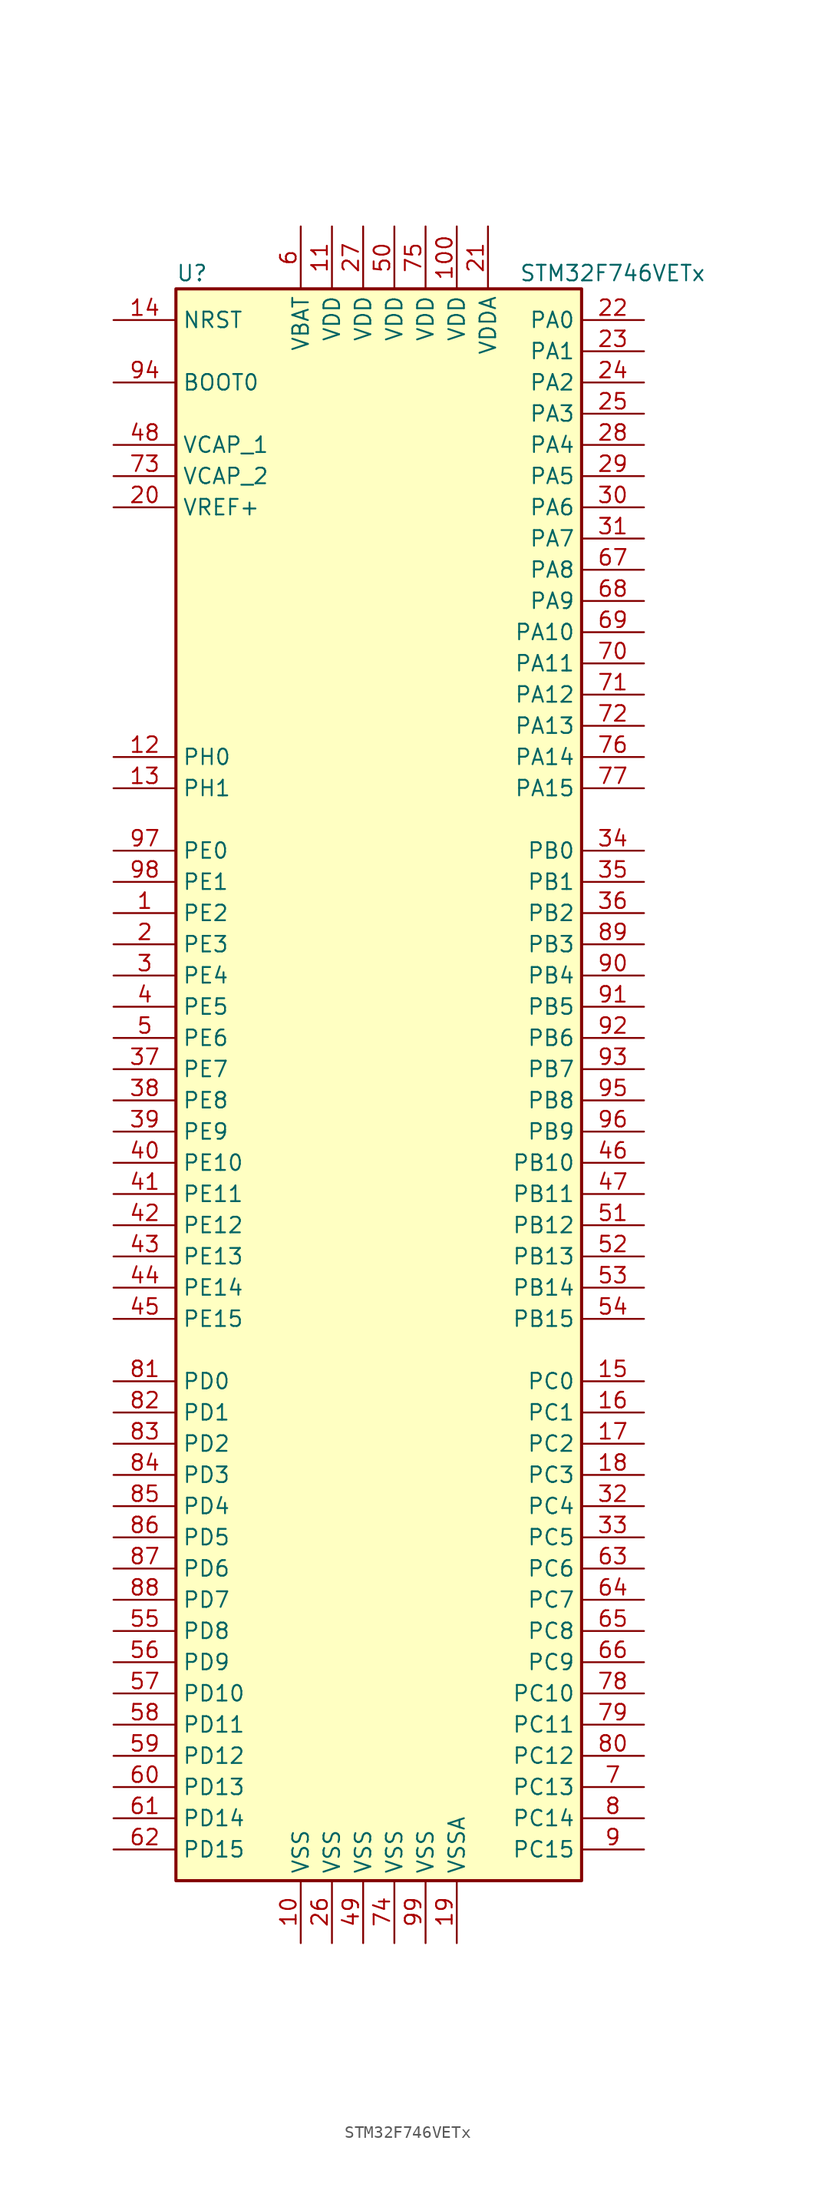
<source format=kicad_sym>
(kicad_symbol_lib
  (version 20201005)
  (generator kicad_symbol_editor)
  (symbol "MCU_ST_STM32F7:STM32F746VETx"
    (property "Reference" "U"
      (at -17.78 64.77 0)
      (effects (font (size 1.27 1.27)) (justify left)))
    (property "Value" "STM32F746VETx"
      (at 10.16 64.77 0)
      (effects (font (size 1.27 1.27)) (justify left)))
    (symbol "STM32F746VETx_0_1"
      (rectangle (start -17.78 -66.04) (end 15.24 63.5) (stroke (width 0.254)) (fill (type background))))
    (symbol "STM32F746VETx_1_1"
      (pin input line (at -22.86 55.88 0) (length 5.08) (name "BOOT0" (effects (font (size 1.27 1.27)))) (number "94" (effects (font (size 1.27 1.27)))))
      (pin input line (at -22.86 60.96 0) (length 5.08) (name "NRST" (effects (font (size 1.27 1.27)))) (number "14" (effects (font (size 1.27 1.27)))))
      (pin bidirectional line (at 20.32 60.96 180) (length 5.08) (name "PA0" (effects (font (size 1.27 1.27)))) (number "22" (effects (font (size 1.27 1.27)))))
      (pin bidirectional line (at 20.32 58.42 180) (length 5.08) (name "PA1" (effects (font (size 1.27 1.27)))) (number "23" (effects (font (size 1.27 1.27)))))
      (pin bidirectional line (at 20.32 35.56 180) (length 5.08) (name "PA10" (effects (font (size 1.27 1.27)))) (number "69" (effects (font (size 1.27 1.27)))))
      (pin bidirectional line (at 20.32 33.02 180) (length 5.08) (name "PA11" (effects (font (size 1.27 1.27)))) (number "70" (effects (font (size 1.27 1.27)))))
      (pin bidirectional line (at 20.32 30.48 180) (length 5.08) (name "PA12" (effects (font (size 1.27 1.27)))) (number "71" (effects (font (size 1.27 1.27)))))
      (pin bidirectional line (at 20.32 27.94 180) (length 5.08) (name "PA13" (effects (font (size 1.27 1.27)))) (number "72" (effects (font (size 1.27 1.27)))))
      (pin bidirectional line (at 20.32 25.4 180) (length 5.08) (name "PA14" (effects (font (size 1.27 1.27)))) (number "76" (effects (font (size 1.27 1.27)))))
      (pin bidirectional line (at 20.32 22.86 180) (length 5.08) (name "PA15" (effects (font (size 1.27 1.27)))) (number "77" (effects (font (size 1.27 1.27)))))
      (pin bidirectional line (at 20.32 55.88 180) (length 5.08) (name "PA2" (effects (font (size 1.27 1.27)))) (number "24" (effects (font (size 1.27 1.27)))))
      (pin bidirectional line (at 20.32 53.34 180) (length 5.08) (name "PA3" (effects (font (size 1.27 1.27)))) (number "25" (effects (font (size 1.27 1.27)))))
      (pin bidirectional line (at 20.32 50.8 180) (length 5.08) (name "PA4" (effects (font (size 1.27 1.27)))) (number "28" (effects (font (size 1.27 1.27)))))
      (pin bidirectional line (at 20.32 48.26 180) (length 5.08) (name "PA5" (effects (font (size 1.27 1.27)))) (number "29" (effects (font (size 1.27 1.27)))))
      (pin bidirectional line (at 20.32 45.72 180) (length 5.08) (name "PA6" (effects (font (size 1.27 1.27)))) (number "30" (effects (font (size 1.27 1.27)))))
      (pin bidirectional line (at 20.32 43.18 180) (length 5.08) (name "PA7" (effects (font (size 1.27 1.27)))) (number "31" (effects (font (size 1.27 1.27)))))
      (pin bidirectional line (at 20.32 40.64 180) (length 5.08) (name "PA8" (effects (font (size 1.27 1.27)))) (number "67" (effects (font (size 1.27 1.27)))))
      (pin bidirectional line (at 20.32 38.1 180) (length 5.08) (name "PA9" (effects (font (size 1.27 1.27)))) (number "68" (effects (font (size 1.27 1.27)))))
      (pin bidirectional line (at 20.32 17.78 180) (length 5.08) (name "PB0" (effects (font (size 1.27 1.27)))) (number "34" (effects (font (size 1.27 1.27)))))
      (pin bidirectional line (at 20.32 15.24 180) (length 5.08) (name "PB1" (effects (font (size 1.27 1.27)))) (number "35" (effects (font (size 1.27 1.27)))))
      (pin bidirectional line (at 20.32 -7.62 180) (length 5.08) (name "PB10" (effects (font (size 1.27 1.27)))) (number "46" (effects (font (size 1.27 1.27)))))
      (pin bidirectional line (at 20.32 -10.16 180) (length 5.08) (name "PB11" (effects (font (size 1.27 1.27)))) (number "47" (effects (font (size 1.27 1.27)))))
      (pin bidirectional line (at 20.32 -12.7 180) (length 5.08) (name "PB12" (effects (font (size 1.27 1.27)))) (number "51" (effects (font (size 1.27 1.27)))))
      (pin bidirectional line (at 20.32 -15.24 180) (length 5.08) (name "PB13" (effects (font (size 1.27 1.27)))) (number "52" (effects (font (size 1.27 1.27)))))
      (pin bidirectional line (at 20.32 -17.78 180) (length 5.08) (name "PB14" (effects (font (size 1.27 1.27)))) (number "53" (effects (font (size 1.27 1.27)))))
      (pin bidirectional line (at 20.32 -20.32 180) (length 5.08) (name "PB15" (effects (font (size 1.27 1.27)))) (number "54" (effects (font (size 1.27 1.27)))))
      (pin bidirectional line (at 20.32 12.7 180) (length 5.08) (name "PB2" (effects (font (size 1.27 1.27)))) (number "36" (effects (font (size 1.27 1.27)))))
      (pin bidirectional line (at 20.32 10.16 180) (length 5.08) (name "PB3" (effects (font (size 1.27 1.27)))) (number "89" (effects (font (size 1.27 1.27)))))
      (pin bidirectional line (at 20.32 7.62 180) (length 5.08) (name "PB4" (effects (font (size 1.27 1.27)))) (number "90" (effects (font (size 1.27 1.27)))))
      (pin bidirectional line (at 20.32 5.08 180) (length 5.08) (name "PB5" (effects (font (size 1.27 1.27)))) (number "91" (effects (font (size 1.27 1.27)))))
      (pin bidirectional line (at 20.32 2.54 180) (length 5.08) (name "PB6" (effects (font (size 1.27 1.27)))) (number "92" (effects (font (size 1.27 1.27)))))
      (pin bidirectional line (at 20.32 0 180) (length 5.08) (name "PB7" (effects (font (size 1.27 1.27)))) (number "93" (effects (font (size 1.27 1.27)))))
      (pin bidirectional line (at 20.32 -2.54 180) (length 5.08) (name "PB8" (effects (font (size 1.27 1.27)))) (number "95" (effects (font (size 1.27 1.27)))))
      (pin bidirectional line (at 20.32 -5.08 180) (length 5.08) (name "PB9" (effects (font (size 1.27 1.27)))) (number "96" (effects (font (size 1.27 1.27)))))
      (pin bidirectional line (at 20.32 -25.4 180) (length 5.08) (name "PC0" (effects (font (size 1.27 1.27)))) (number "15" (effects (font (size 1.27 1.27)))))
      (pin bidirectional line (at 20.32 -27.94 180) (length 5.08) (name "PC1" (effects (font (size 1.27 1.27)))) (number "16" (effects (font (size 1.27 1.27)))))
      (pin bidirectional line (at 20.32 -50.8 180) (length 5.08) (name "PC10" (effects (font (size 1.27 1.27)))) (number "78" (effects (font (size 1.27 1.27)))))
      (pin bidirectional line (at 20.32 -53.34 180) (length 5.08) (name "PC11" (effects (font (size 1.27 1.27)))) (number "79" (effects (font (size 1.27 1.27)))))
      (pin bidirectional line (at 20.32 -55.88 180) (length 5.08) (name "PC12" (effects (font (size 1.27 1.27)))) (number "80" (effects (font (size 1.27 1.27)))))
      (pin bidirectional line (at 20.32 -58.42 180) (length 5.08) (name "PC13" (effects (font (size 1.27 1.27)))) (number "7" (effects (font (size 1.27 1.27)))))
      (pin bidirectional line (at 20.32 -60.96 180) (length 5.08) (name "PC14" (effects (font (size 1.27 1.27)))) (number "8" (effects (font (size 1.27 1.27)))))
      (pin bidirectional line (at 20.32 -63.5 180) (length 5.08) (name "PC15" (effects (font (size 1.27 1.27)))) (number "9" (effects (font (size 1.27 1.27)))))
      (pin bidirectional line (at 20.32 -30.48 180) (length 5.08) (name "PC2" (effects (font (size 1.27 1.27)))) (number "17" (effects (font (size 1.27 1.27)))))
      (pin bidirectional line (at 20.32 -33.02 180) (length 5.08) (name "PC3" (effects (font (size 1.27 1.27)))) (number "18" (effects (font (size 1.27 1.27)))))
      (pin bidirectional line (at 20.32 -35.56 180) (length 5.08) (name "PC4" (effects (font (size 1.27 1.27)))) (number "32" (effects (font (size 1.27 1.27)))))
      (pin bidirectional line (at 20.32 -38.1 180) (length 5.08) (name "PC5" (effects (font (size 1.27 1.27)))) (number "33" (effects (font (size 1.27 1.27)))))
      (pin bidirectional line (at 20.32 -40.64 180) (length 5.08) (name "PC6" (effects (font (size 1.27 1.27)))) (number "63" (effects (font (size 1.27 1.27)))))
      (pin bidirectional line (at 20.32 -43.18 180) (length 5.08) (name "PC7" (effects (font (size 1.27 1.27)))) (number "64" (effects (font (size 1.27 1.27)))))
      (pin bidirectional line (at 20.32 -45.72 180) (length 5.08) (name "PC8" (effects (font (size 1.27 1.27)))) (number "65" (effects (font (size 1.27 1.27)))))
      (pin bidirectional line (at 20.32 -48.26 180) (length 5.08) (name "PC9" (effects (font (size 1.27 1.27)))) (number "66" (effects (font (size 1.27 1.27)))))
      (pin bidirectional line (at -22.86 -25.4 0) (length 5.08) (name "PD0" (effects (font (size 1.27 1.27)))) (number "81" (effects (font (size 1.27 1.27)))))
      (pin bidirectional line (at -22.86 -27.94 0) (length 5.08) (name "PD1" (effects (font (size 1.27 1.27)))) (number "82" (effects (font (size 1.27 1.27)))))
      (pin bidirectional line (at -22.86 -50.8 0) (length 5.08) (name "PD10" (effects (font (size 1.27 1.27)))) (number "57" (effects (font (size 1.27 1.27)))))
      (pin bidirectional line (at -22.86 -53.34 0) (length 5.08) (name "PD11" (effects (font (size 1.27 1.27)))) (number "58" (effects (font (size 1.27 1.27)))))
      (pin bidirectional line (at -22.86 -55.88 0) (length 5.08) (name "PD12" (effects (font (size 1.27 1.27)))) (number "59" (effects (font (size 1.27 1.27)))))
      (pin bidirectional line (at -22.86 -58.42 0) (length 5.08) (name "PD13" (effects (font (size 1.27 1.27)))) (number "60" (effects (font (size 1.27 1.27)))))
      (pin bidirectional line (at -22.86 -60.96 0) (length 5.08) (name "PD14" (effects (font (size 1.27 1.27)))) (number "61" (effects (font (size 1.27 1.27)))))
      (pin bidirectional line (at -22.86 -63.5 0) (length 5.08) (name "PD15" (effects (font (size 1.27 1.27)))) (number "62" (effects (font (size 1.27 1.27)))))
      (pin bidirectional line (at -22.86 -30.48 0) (length 5.08) (name "PD2" (effects (font (size 1.27 1.27)))) (number "83" (effects (font (size 1.27 1.27)))))
      (pin bidirectional line (at -22.86 -33.02 0) (length 5.08) (name "PD3" (effects (font (size 1.27 1.27)))) (number "84" (effects (font (size 1.27 1.27)))))
      (pin bidirectional line (at -22.86 -35.56 0) (length 5.08) (name "PD4" (effects (font (size 1.27 1.27)))) (number "85" (effects (font (size 1.27 1.27)))))
      (pin bidirectional line (at -22.86 -38.1 0) (length 5.08) (name "PD5" (effects (font (size 1.27 1.27)))) (number "86" (effects (font (size 1.27 1.27)))))
      (pin bidirectional line (at -22.86 -40.64 0) (length 5.08) (name "PD6" (effects (font (size 1.27 1.27)))) (number "87" (effects (font (size 1.27 1.27)))))
      (pin bidirectional line (at -22.86 -43.18 0) (length 5.08) (name "PD7" (effects (font (size 1.27 1.27)))) (number "88" (effects (font (size 1.27 1.27)))))
      (pin bidirectional line (at -22.86 -45.72 0) (length 5.08) (name "PD8" (effects (font (size 1.27 1.27)))) (number "55" (effects (font (size 1.27 1.27)))))
      (pin bidirectional line (at -22.86 -48.26 0) (length 5.08) (name "PD9" (effects (font (size 1.27 1.27)))) (number "56" (effects (font (size 1.27 1.27)))))
      (pin bidirectional line (at -22.86 17.78 0) (length 5.08) (name "PE0" (effects (font (size 1.27 1.27)))) (number "97" (effects (font (size 1.27 1.27)))))
      (pin bidirectional line (at -22.86 15.24 0) (length 5.08) (name "PE1" (effects (font (size 1.27 1.27)))) (number "98" (effects (font (size 1.27 1.27)))))
      (pin bidirectional line (at -22.86 -7.62 0) (length 5.08) (name "PE10" (effects (font (size 1.27 1.27)))) (number "40" (effects (font (size 1.27 1.27)))))
      (pin bidirectional line (at -22.86 -10.16 0) (length 5.08) (name "PE11" (effects (font (size 1.27 1.27)))) (number "41" (effects (font (size 1.27 1.27)))))
      (pin bidirectional line (at -22.86 -12.7 0) (length 5.08) (name "PE12" (effects (font (size 1.27 1.27)))) (number "42" (effects (font (size 1.27 1.27)))))
      (pin bidirectional line (at -22.86 -15.24 0) (length 5.08) (name "PE13" (effects (font (size 1.27 1.27)))) (number "43" (effects (font (size 1.27 1.27)))))
      (pin bidirectional line (at -22.86 -17.78 0) (length 5.08) (name "PE14" (effects (font (size 1.27 1.27)))) (number "44" (effects (font (size 1.27 1.27)))))
      (pin bidirectional line (at -22.86 -20.32 0) (length 5.08) (name "PE15" (effects (font (size 1.27 1.27)))) (number "45" (effects (font (size 1.27 1.27)))))
      (pin bidirectional line (at -22.86 12.7 0) (length 5.08) (name "PE2" (effects (font (size 1.27 1.27)))) (number "1" (effects (font (size 1.27 1.27)))))
      (pin bidirectional line (at -22.86 10.16 0) (length 5.08) (name "PE3" (effects (font (size 1.27 1.27)))) (number "2" (effects (font (size 1.27 1.27)))))
      (pin bidirectional line (at -22.86 7.62 0) (length 5.08) (name "PE4" (effects (font (size 1.27 1.27)))) (number "3" (effects (font (size 1.27 1.27)))))
      (pin bidirectional line (at -22.86 5.08 0) (length 5.08) (name "PE5" (effects (font (size 1.27 1.27)))) (number "4" (effects (font (size 1.27 1.27)))))
      (pin bidirectional line (at -22.86 2.54 0) (length 5.08) (name "PE6" (effects (font (size 1.27 1.27)))) (number "5" (effects (font (size 1.27 1.27)))))
      (pin bidirectional line (at -22.86 0 0) (length 5.08) (name "PE7" (effects (font (size 1.27 1.27)))) (number "37" (effects (font (size 1.27 1.27)))))
      (pin bidirectional line (at -22.86 -2.54 0) (length 5.08) (name "PE8" (effects (font (size 1.27 1.27)))) (number "38" (effects (font (size 1.27 1.27)))))
      (pin bidirectional line (at -22.86 -5.08 0) (length 5.08) (name "PE9" (effects (font (size 1.27 1.27)))) (number "39" (effects (font (size 1.27 1.27)))))
      (pin input line (at -22.86 25.4 0) (length 5.08) (name "PH0" (effects (font (size 1.27 1.27)))) (number "12" (effects (font (size 1.27 1.27)))))
      (pin input line (at -22.86 22.86 0) (length 5.08) (name "PH1" (effects (font (size 1.27 1.27)))) (number "13" (effects (font (size 1.27 1.27)))))
      (pin power_in line (at -7.62 68.58 270) (length 5.08) (name "VBAT" (effects (font (size 1.27 1.27)))) (number "6" (effects (font (size 1.27 1.27)))))
      (pin power_in line (at -22.86 50.8 0) (length 5.08) (name "VCAP_1" (effects (font (size 1.27 1.27)))) (number "48" (effects (font (size 1.27 1.27)))))
      (pin power_in line (at -22.86 48.26 0) (length 5.08) (name "VCAP_2" (effects (font (size 1.27 1.27)))) (number "73" (effects (font (size 1.27 1.27)))))
      (pin power_in line (at 5.08 68.58 270) (length 5.08) (name "VDD" (effects (font (size 1.27 1.27)))) (number "100" (effects (font (size 1.27 1.27)))))
      (pin power_in line (at -5.08 68.58 270) (length 5.08) (name "VDD" (effects (font (size 1.27 1.27)))) (number "11" (effects (font (size 1.27 1.27)))))
      (pin power_in line (at -2.54 68.58 270) (length 5.08) (name "VDD" (effects (font (size 1.27 1.27)))) (number "27" (effects (font (size 1.27 1.27)))))
      (pin power_in line (at 0 68.58 270) (length 5.08) (name "VDD" (effects (font (size 1.27 1.27)))) (number "50" (effects (font (size 1.27 1.27)))))
      (pin power_in line (at 2.54 68.58 270) (length 5.08) (name "VDD" (effects (font (size 1.27 1.27)))) (number "75" (effects (font (size 1.27 1.27)))))
      (pin power_in line (at 7.62 68.58 270) (length 5.08) (name "VDDA" (effects (font (size 1.27 1.27)))) (number "21" (effects (font (size 1.27 1.27)))))
      (pin power_in line (at -22.86 45.72 0) (length 5.08) (name "VREF+" (effects (font (size 1.27 1.27)))) (number "20" (effects (font (size 1.27 1.27)))))
      (pin power_in line (at -7.62 -71.12 90) (length 5.08) (name "VSS" (effects (font (size 1.27 1.27)))) (number "10" (effects (font (size 1.27 1.27)))))
      (pin power_in line (at -5.08 -71.12 90) (length 5.08) (name "VSS" (effects (font (size 1.27 1.27)))) (number "26" (effects (font (size 1.27 1.27)))))
      (pin power_in line (at -2.54 -71.12 90) (length 5.08) (name "VSS" (effects (font (size 1.27 1.27)))) (number "49" (effects (font (size 1.27 1.27)))))
      (pin power_in line (at 0 -71.12 90) (length 5.08) (name "VSS" (effects (font (size 1.27 1.27)))) (number "74" (effects (font (size 1.27 1.27)))))
      (pin power_in line (at 2.54 -71.12 90) (length 5.08) (name "VSS" (effects (font (size 1.27 1.27)))) (number "99" (effects (font (size 1.27 1.27)))))
      (pin power_in line (at 5.08 -71.12 90) (length 5.08) (name "VSSA" (effects (font (size 1.27 1.27)))) (number "19" (effects (font (size 1.27 1.27))))))))
</source>
